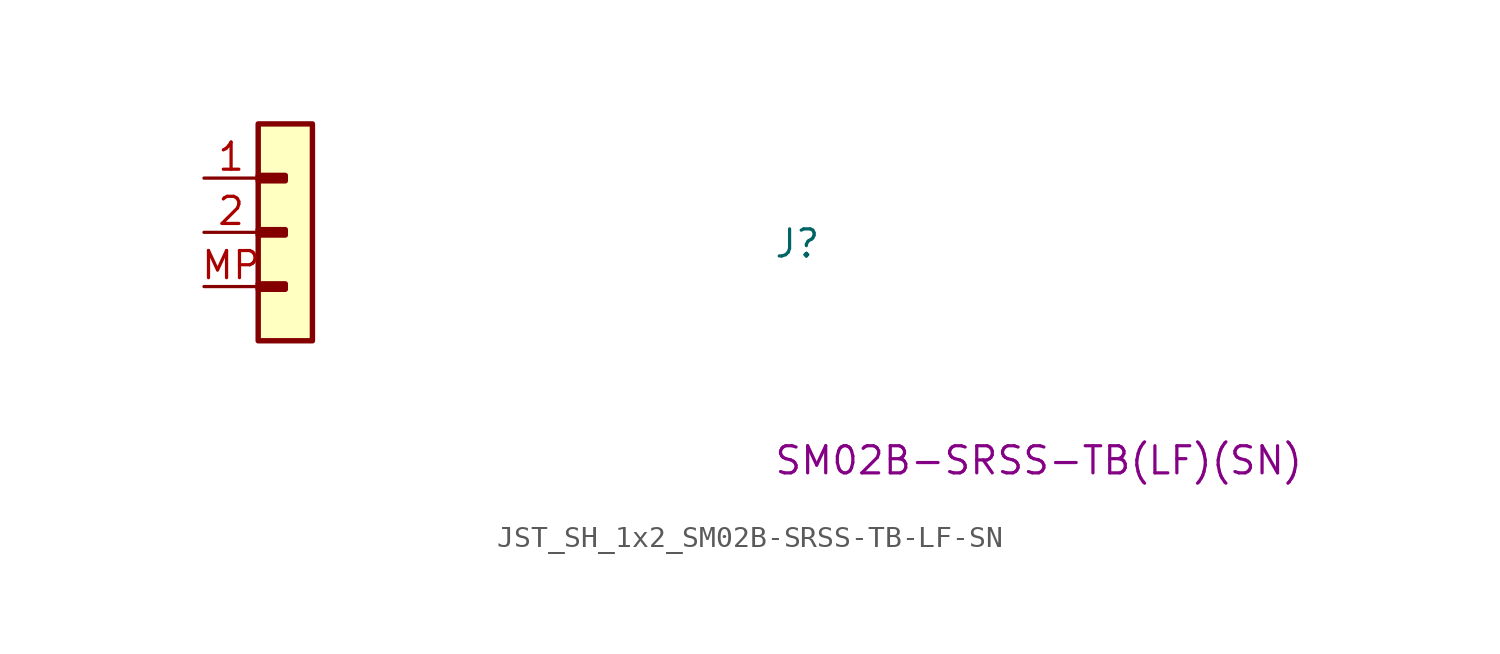
<source format=kicad_sym>
(kicad_symbol_lib
  (version 20220914)
  (generator kicad_symbol_editor)
  (symbol "JST_SH_1x2_SM02B-SRSS-TB-LF-SN"
    (property "Reference" "J"
      (at 26.67 -3.81 0)
      (effects (font (size 1.27 1.27) (thickness 0.15)) (justify left bottom)))
    (property "MPN" "SM02B-SRSS-TB(LF)(SN)"
      (at 26.67 -13.97 0)
      (effects (font (size 1.27 1.27) (thickness 0.15)) (justify left bottom)))
    (symbol "JST_SH_1x2_SM02B-SRSS-TB-LF-SN_1_1"
      (rectangle (start 2.54 -4.953) (end 3.81 -5.207) (stroke (width 0.254) (type default)) (fill (type background)))
      (rectangle (start 2.54 -2.413) (end 3.81 -2.667) (stroke (width 0.254) (type default)) (fill (type background)))
      (rectangle (start 2.54 0.127) (end 3.81 -0.127) (stroke (width 0.254) (type default)) (fill (type background)))
      (rectangle (start 2.54 2.54) (end 5.08 -7.62) (stroke (width 0.254) (type default)) (fill (type background)))
      (pin passive line (at 0 0 0) (length 2.54) (name "~" (effects (font (size 1.27 1.27)))) (number "1" (effects (font (size 1.27 1.27)))))
      (pin passive line (at 0 -2.54 0) (length 2.54) (name "~" (effects (font (size 1.27 1.27)))) (number "2" (effects (font (size 1.27 1.27)))))
      (pin passive line (at 0 -5.08 0) (length 2.54) (name "~" (effects (font (size 1.27 1.27)))) (number "MP" (effects (font (size 1.27 1.27))))))))
</source>
